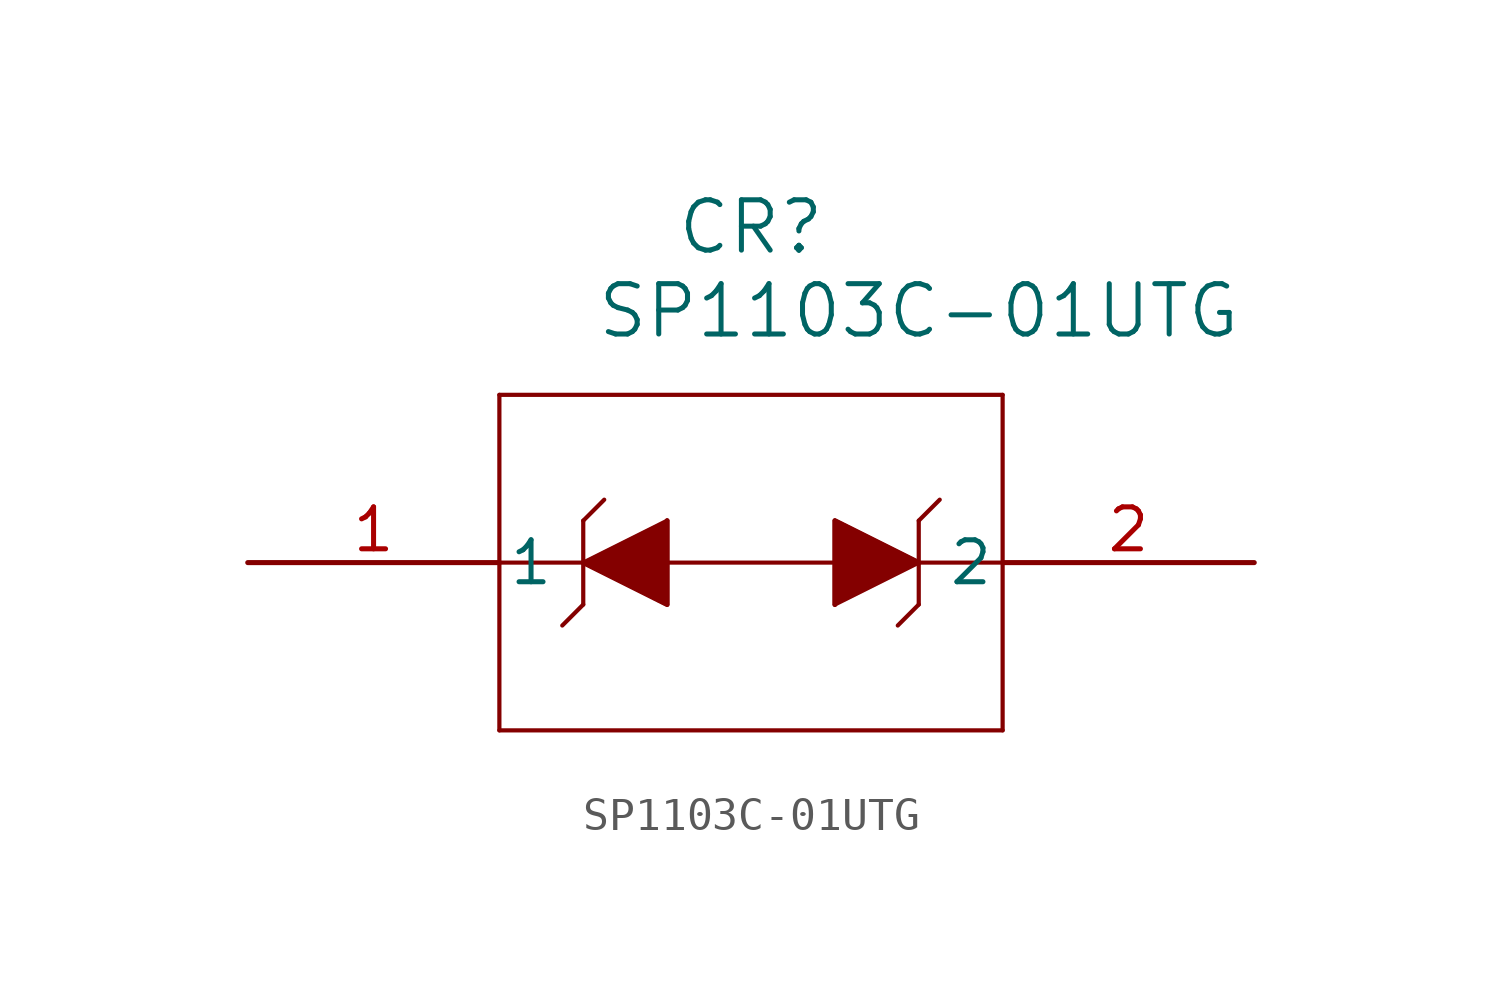
<source format=kicad_sym>
(kicad_symbol_lib
  (version 20211014)
  (generator kicad_symbol_editor)
  (symbol "SP1103C-01UTG"
    (pin_names
      (offset 0.254))
    (property "Reference" "CR"
      (at 15.24 10.16 0)
      (effects (font (size 1.524 1.524))))
    (property "Value" "SP1103C-01UTG"
      (at 20.32 7.62 0)
      (effects (font (size 1.524 1.524))))
    (symbol "SP1103C-01UTG_0_1"
      (polyline (pts (xy 7.62 5.08) (xy 7.62 -5.08)) (stroke (width 0.127) (type default) (color 0 0 0 0)) (fill (type none)))
      (polyline (pts (xy 7.62 -5.08) (xy 22.86 -5.08)) (stroke (width 0.127) (type default) (color 0 0 0 0)) (fill (type none)))
      (polyline (pts (xy 22.86 -5.08) (xy 22.86 5.08)) (stroke (width 0.127) (type default) (color 0 0 0 0)) (fill (type none)))
      (polyline (pts (xy 22.86 5.08) (xy 7.62 5.08)) (stroke (width 0.127) (type default) (color 0 0 0 0)) (fill (type none)))
      (polyline (pts (xy 7.62 0) (xy 22.86 0)) (stroke (width 0.127) (type default) (color 0 0 0 0)) (fill (type none)))
      (polyline (pts (xy 12.7 1.27) (xy 12.7 -1.27)) (stroke (width 0.127) (type default) (color 0 0 0 0)) (fill (type none)))
      (polyline (pts (xy 12.7 1.27) (xy 10.16 0)) (stroke (width 0.127) (type default) (color 0 0 0 0)) (fill (type none)))
      (polyline (pts (xy 12.7 -1.27) (xy 10.16 0)) (stroke (width 0.127) (type default) (color 0 0 0 0)) (fill (type none)))
      (polyline (pts (xy 10.16 1.27) (xy 10.16 -1.27)) (stroke (width 0.127) (type default) (color 0 0 0 0)) (fill (type none)))
      (polyline (pts (xy 10.16 1.27) (xy 10.795 1.905)) (stroke (width 0.127) (type default) (color 0 0 0 0)) (fill (type none)))
      (polyline (pts (xy 10.16 -1.27) (xy 9.525 -1.905)) (stroke (width 0.127) (type default) (color 0 0 0 0)) (fill (type none)))
      (polyline (pts (xy 10.16 0) (xy 12.7 -1.27) (xy 12.7 1.27)) (stroke (width 0) (type default) (color 0 0 0 0)) (fill (type outline)))
      (polyline (pts (xy 17.78 -1.27) (xy 17.78 1.27)) (stroke (width 0.127) (type default) (color 0 0 0 0)) (fill (type none)))
      (polyline (pts (xy 17.78 -1.27) (xy 20.32 0)) (stroke (width 0.127) (type default) (color 0 0 0 0)) (fill (type none)))
      (polyline (pts (xy 17.78 1.27) (xy 20.32 0)) (stroke (width 0.127) (type default) (color 0 0 0 0)) (fill (type none)))
      (polyline (pts (xy 20.32 -1.27) (xy 20.32 1.27)) (stroke (width 0.127) (type default) (color 0 0 0 0)) (fill (type none)))
      (polyline (pts (xy 20.32 -1.27) (xy 19.685 -1.905)) (stroke (width 0.127) (type default) (color 0 0 0 0)) (fill (type none)))
      (polyline (pts (xy 20.32 1.27) (xy 20.955 1.905)) (stroke (width 0.127) (type default) (color 0 0 0 0)) (fill (type none)))
      (polyline (pts (xy 20.32 0) (xy 17.78 1.27) (xy 17.78 -1.27)) (stroke (width 0) (type default) (color 0 0 0 0)) (fill (type outline)))
      (pin unspecified line (at 0 0 0) (length 7.62) (name "1" (effects (font (size 1.27 1.27)))) (number "1" (effects (font (size 1.27 1.27)))))
      (pin unspecified line (at 30.48 0 180) (length 7.62) (name "2" (effects (font (size 1.27 1.27)))) (number "2" (effects (font (size 1.27 1.27))))))))
</source>
